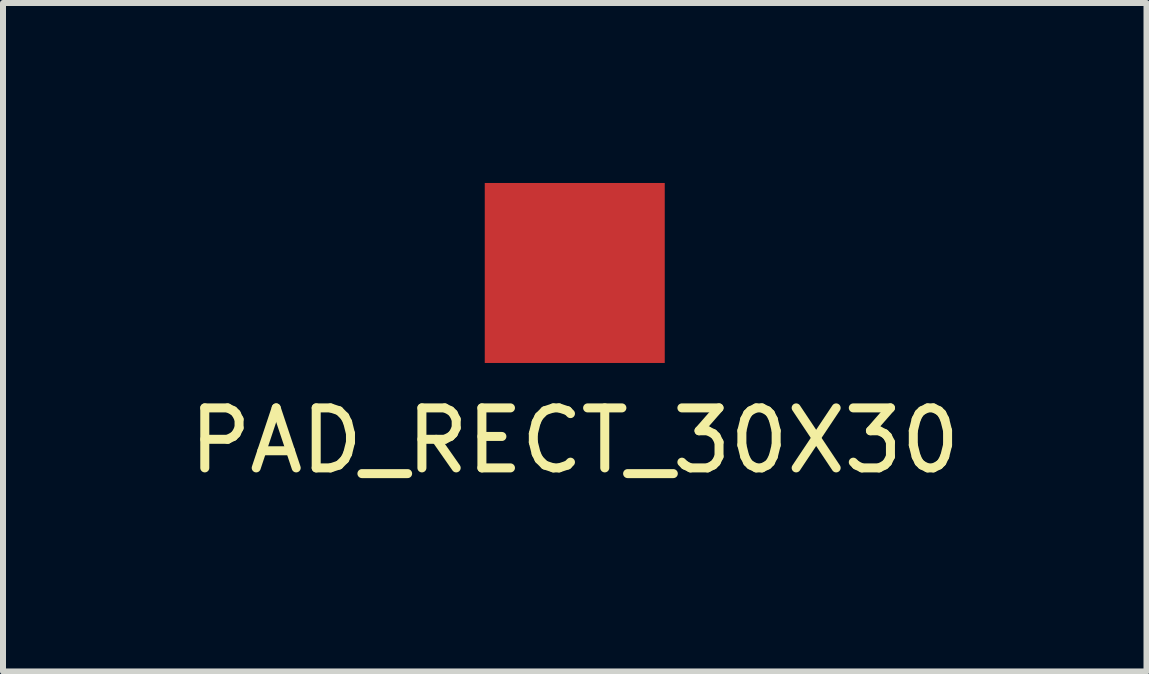
<source format=kicad_pcb>
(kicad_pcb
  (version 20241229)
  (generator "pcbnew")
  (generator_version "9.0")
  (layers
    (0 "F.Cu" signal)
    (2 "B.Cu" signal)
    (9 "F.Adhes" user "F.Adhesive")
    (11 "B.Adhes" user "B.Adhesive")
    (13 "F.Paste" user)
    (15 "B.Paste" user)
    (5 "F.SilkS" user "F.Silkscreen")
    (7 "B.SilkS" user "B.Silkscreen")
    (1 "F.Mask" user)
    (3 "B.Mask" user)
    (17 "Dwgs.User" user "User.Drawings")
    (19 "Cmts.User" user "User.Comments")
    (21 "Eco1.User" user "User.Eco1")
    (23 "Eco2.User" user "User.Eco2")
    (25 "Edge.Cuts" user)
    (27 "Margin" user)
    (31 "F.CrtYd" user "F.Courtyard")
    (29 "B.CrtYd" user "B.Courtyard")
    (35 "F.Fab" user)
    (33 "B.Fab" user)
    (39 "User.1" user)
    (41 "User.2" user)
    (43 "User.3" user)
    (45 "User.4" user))
  (footprint "PAD_RECT_30X30"
    (layer "F.Cu")
    (at 6.53 1.5)
    (property "Reference" "PAD_RECT_30X30" (at 0 2.794 0) (layer "F.SilkS") (effects (font (size 1 1) (thickness 0.15))))
    (attr exclude_from_pos_files exclude_from_bom)
    (pad "1" smd rect (at 0 0) (size 3 3) (layers "F.Cu" "F.Mask" "F.Paste")))
  (gr_rect
    (start -3 -3)
    (end 16.06 8.142)
    (stroke (width 0.1) (type default))
    (fill no)
    (layer "Edge.Cuts")))
</source>
